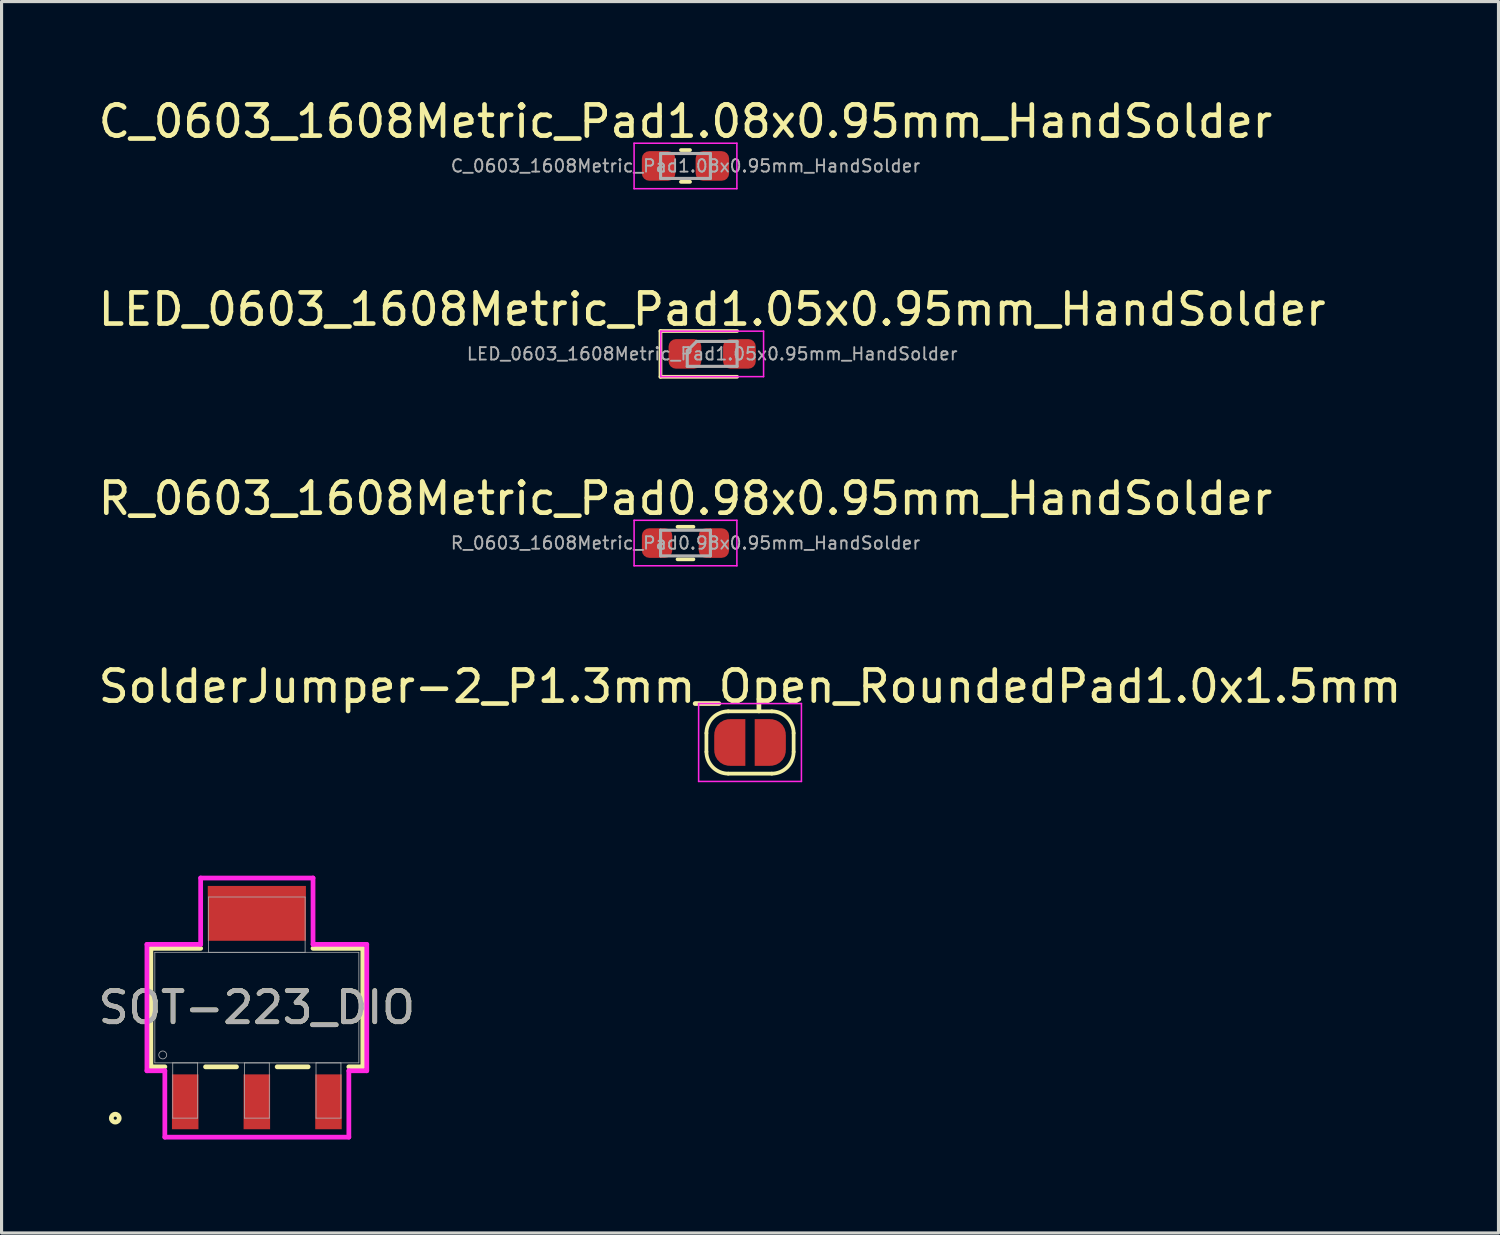
<source format=kicad_pcb>
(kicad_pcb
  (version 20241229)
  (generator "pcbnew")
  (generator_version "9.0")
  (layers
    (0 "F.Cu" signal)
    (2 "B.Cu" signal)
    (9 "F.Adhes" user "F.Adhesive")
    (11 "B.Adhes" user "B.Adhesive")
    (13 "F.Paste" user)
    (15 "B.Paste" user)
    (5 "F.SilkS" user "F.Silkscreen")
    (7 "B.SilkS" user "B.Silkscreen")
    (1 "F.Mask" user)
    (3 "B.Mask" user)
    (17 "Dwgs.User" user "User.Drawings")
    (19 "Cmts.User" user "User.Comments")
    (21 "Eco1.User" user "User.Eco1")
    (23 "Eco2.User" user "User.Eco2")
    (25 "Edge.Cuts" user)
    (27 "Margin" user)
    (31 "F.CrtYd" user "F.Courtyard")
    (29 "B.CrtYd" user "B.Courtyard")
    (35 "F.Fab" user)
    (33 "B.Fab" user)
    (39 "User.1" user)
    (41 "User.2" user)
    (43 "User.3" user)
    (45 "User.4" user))
  (footprint "R_0603_1608Metric_Pad0.98x0.95mm_HandSolder"
    (layer "F.Cu")
    (at 18.958 14.385)
    (property "Reference" "R_0603_1608Metric_Pad0.98x0.95mm_HandSolder" (at 0 -1.43 0) (layer "F.SilkS") (effects (font (size 1 1) (thickness 0.15))))
    (attr smd)
    (fp_line (start -0.255 -0.522) (end 0.255 -0.522) (stroke (width 0.12) (type solid)) (layer "F.SilkS"))
    (fp_line (start -0.255 0.522) (end 0.255 0.522) (stroke (width 0.12) (type solid)) (layer "F.SilkS"))
    (fp_line (start -1.65 -0.73) (end 1.65 -0.73) (stroke (width 0.05) (type solid)) (layer "F.CrtYd"))
    (fp_line (start -1.65 0.73) (end -1.65 -0.73) (stroke (width 0.05) (type solid)) (layer "F.CrtYd"))
    (fp_line (start 1.65 -0.73) (end 1.65 0.73) (stroke (width 0.05) (type solid)) (layer "F.CrtYd"))
    (fp_line (start 1.65 0.73) (end -1.65 0.73) (stroke (width 0.05) (type solid)) (layer "F.CrtYd"))
    (fp_line (start -0.8 -0.412) (end 0.8 -0.412) (stroke (width 0.1) (type solid)) (layer "F.Fab"))
    (fp_line (start -0.8 0.412) (end -0.8 -0.412) (stroke (width 0.1) (type solid)) (layer "F.Fab"))
    (fp_line (start 0.8 -0.412) (end 0.8 0.412) (stroke (width 0.1) (type solid)) (layer "F.Fab"))
    (fp_line (start 0.8 0.412) (end -0.8 0.412) (stroke (width 0.1) (type solid)) (layer "F.Fab"))
    (fp_text user "${REFERENCE}" (at 0 0 0) (layer "F.Fab") (effects (font (size 0.4 0.4) (thickness 0.06))))
    (pad "1" smd roundrect (at -0.912 0) (size 0.975 0.95) (layers "F.Cu" "F.Mask" "F.Paste") (roundrect_rratio 0.25))
    (pad "2" smd roundrect (at 0.912 0) (size 0.975 0.95) (layers "F.Cu" "F.Mask" "F.Paste") (roundrect_rratio 0.25)))
  (footprint "SOT-223_DIO"
    (layer "F.Cu")
    (at 5.196 29.299)
    (property "Reference" "SOT-223_DIO" (at 0 0 0) (unlocked yes) (layer "F.SilkS") (effects (font (size 1 1) (thickness 0.15))))
    (attr smd)
    (fp_line (start -3.402 -1.902) (end -3.402 1.902) (stroke (width 0.152) (type solid)) (layer "F.SilkS"))
    (fp_line (start -3.402 1.902) (end -2.953 1.902) (stroke (width 0.152) (type solid)) (layer "F.SilkS"))
    (fp_line (start -1.803 -1.902) (end -3.402 -1.902) (stroke (width 0.152) (type solid)) (layer "F.SilkS"))
    (fp_line (start -1.647 1.902) (end -0.653 1.902) (stroke (width 0.152) (type solid)) (layer "F.SilkS"))
    (fp_line (start 0.653 1.902) (end 1.647 1.902) (stroke (width 0.152) (type solid)) (layer "F.SilkS"))
    (fp_line (start 2.953 1.902) (end 3.402 1.902) (stroke (width 0.152) (type solid)) (layer "F.SilkS"))
    (fp_line (start 3.402 -1.902) (end 1.803 -1.902) (stroke (width 0.152) (type solid)) (layer "F.SilkS"))
    (fp_line (start 3.402 1.902) (end 3.402 -1.902) (stroke (width 0.152) (type solid)) (layer "F.SilkS"))
    (fp_circle (center -4.545 3.55) (end -4.418 3.55) (stroke (width 0.152) (type solid)) (fill no) (layer "F.SilkS"))
    (fp_line (start -3.529 -2.029) (end -1.804 -2.029) (stroke (width 0.152) (type solid)) (layer "F.CrtYd"))
    (fp_line (start -3.529 2.029) (end -3.529 -2.029) (stroke (width 0.152) (type solid)) (layer "F.CrtYd"))
    (fp_line (start -2.954 2.029) (end -3.529 2.029) (stroke (width 0.152) (type solid)) (layer "F.CrtYd"))
    (fp_line (start -2.954 4.16) (end -2.954 2.029) (stroke (width 0.152) (type solid)) (layer "F.CrtYd"))
    (fp_line (start -1.804 -4.16) (end 1.804 -4.16) (stroke (width 0.152) (type solid)) (layer "F.CrtYd"))
    (fp_line (start -1.804 -2.029) (end -1.804 -4.16) (stroke (width 0.152) (type solid)) (layer "F.CrtYd"))
    (fp_line (start 1.804 -4.16) (end 1.804 -2.029) (stroke (width 0.152) (type solid)) (layer "F.CrtYd"))
    (fp_line (start 1.804 -2.029) (end 3.529 -2.029) (stroke (width 0.152) (type solid)) (layer "F.CrtYd"))
    (fp_line (start 2.954 2.029) (end 2.954 4.16) (stroke (width 0.152) (type solid)) (layer "F.CrtYd"))
    (fp_line (start 2.954 4.16) (end -2.954 4.16) (stroke (width 0.152) (type solid)) (layer "F.CrtYd"))
    (fp_line (start 3.529 -2.029) (end 3.529 2.029) (stroke (width 0.152) (type solid)) (layer "F.CrtYd"))
    (fp_line (start 3.529 2.029) (end 2.954 2.029) (stroke (width 0.152) (type solid)) (layer "F.CrtYd"))
    (fp_line (start -3.275 -1.775) (end -3.275 1.775) (stroke (width 0.025) (type solid)) (layer "F.Fab"))
    (fp_line (start -3.275 1.775) (end 3.275 1.775) (stroke (width 0.025) (type solid)) (layer "F.Fab"))
    (fp_line (start -2.7 1.775) (end -2.7 3.55) (stroke (width 0.025) (type solid)) (layer "F.Fab"))
    (fp_line (start -2.7 3.55) (end -1.9 3.55) (stroke (width 0.025) (type solid)) (layer "F.Fab"))
    (fp_line (start -1.9 1.775) (end -2.7 1.775) (stroke (width 0.025) (type solid)) (layer "F.Fab"))
    (fp_line (start -1.9 3.55) (end -1.9 1.775) (stroke (width 0.025) (type solid)) (layer "F.Fab"))
    (fp_line (start -1.55 -3.55) (end -1.55 -1.775) (stroke (width 0.025) (type solid)) (layer "F.Fab"))
    (fp_line (start -1.55 -1.775) (end 1.55 -1.775) (stroke (width 0.025) (type solid)) (layer "F.Fab"))
    (fp_line (start -0.4 1.775) (end -0.4 3.55) (stroke (width 0.025) (type solid)) (layer "F.Fab"))
    (fp_line (start -0.4 3.55) (end 0.4 3.55) (stroke (width 0.025) (type solid)) (layer "F.Fab"))
    (fp_line (start 0.4 1.775) (end -0.4 1.775) (stroke (width 0.025) (type solid)) (layer "F.Fab"))
    (fp_line (start 0.4 3.55) (end 0.4 1.775) (stroke (width 0.025) (type solid)) (layer "F.Fab"))
    (fp_line (start 1.55 -3.55) (end -1.55 -3.55) (stroke (width 0.025) (type solid)) (layer "F.Fab"))
    (fp_line (start 1.55 -1.775) (end 1.55 -3.55) (stroke (width 0.025) (type solid)) (layer "F.Fab"))
    (fp_line (start 1.9 1.775) (end 1.9 3.55) (stroke (width 0.025) (type solid)) (layer "F.Fab"))
    (fp_line (start 1.9 3.55) (end 2.7 3.55) (stroke (width 0.025) (type solid)) (layer "F.Fab"))
    (fp_line (start 2.7 1.775) (end 1.9 1.775) (stroke (width 0.025) (type solid)) (layer "F.Fab"))
    (fp_line (start 2.7 3.55) (end 2.7 1.775) (stroke (width 0.025) (type solid)) (layer "F.Fab"))
    (fp_line (start 3.275 -1.775) (end -3.275 -1.775) (stroke (width 0.025) (type solid)) (layer "F.Fab"))
    (fp_line (start 3.275 1.775) (end 3.275 -1.775) (stroke (width 0.025) (type solid)) (layer "F.Fab"))
    (fp_circle (center -3.021 1.521) (end -2.894 1.521) (stroke (width 0.025) (type solid)) (fill no) (layer "F.Fab"))
    (fp_text user "${REFERENCE}" (at 0 0 0) (unlocked yes) (layer "F.Fab") (effects (font (size 1 1) (thickness 0.15))))
    (pad "1" smd rect (at -2.3 3.025) (size 0.851 1.761) (layers "F.Cu" "F.Mask" "F.Paste"))
    (pad "2" smd rect (at 0 3.025) (size 0.851 1.761) (layers "F.Cu" "F.Mask" "F.Paste"))
    (pad "3" smd rect (at 2.3 3.025) (size 0.851 1.761) (layers "F.Cu" "F.Mask" "F.Paste"))
    (pad "4" smd rect (at 0 -3.025) (size 3.151 1.761) (layers "F.Cu" "F.Mask" "F.Paste")))
  (footprint "LED_0603_1608Metric_Pad1.05x0.95mm_HandSolder"
    (layer "F.Cu")
    (at 19.815 8.312)
    (property "Reference" "LED_0603_1608Metric_Pad1.05x0.95mm_HandSolder" (at 0 -1.43 0) (layer "F.SilkS") (effects (font (size 1 1) (thickness 0.15))))
    (attr smd)
    (fp_line (start -1.66 -0.735) (end -1.66 0.735) (stroke (width 0.12) (type solid)) (layer "F.SilkS"))
    (fp_line (start -1.66 0.735) (end 0.8 0.735) (stroke (width 0.12) (type solid)) (layer "F.SilkS"))
    (fp_line (start 0.8 -0.735) (end -1.66 -0.735) (stroke (width 0.12) (type solid)) (layer "F.SilkS"))
    (fp_line (start -1.65 -0.73) (end 1.65 -0.73) (stroke (width 0.05) (type solid)) (layer "F.CrtYd"))
    (fp_line (start -1.65 0.73) (end -1.65 -0.73) (stroke (width 0.05) (type solid)) (layer "F.CrtYd"))
    (fp_line (start 1.65 -0.73) (end 1.65 0.73) (stroke (width 0.05) (type solid)) (layer "F.CrtYd"))
    (fp_line (start 1.65 0.73) (end -1.65 0.73) (stroke (width 0.05) (type solid)) (layer "F.CrtYd"))
    (fp_line (start -0.8 -0.1) (end -0.8 0.4) (stroke (width 0.1) (type solid)) (layer "F.Fab"))
    (fp_line (start -0.8 0.4) (end 0.8 0.4) (stroke (width 0.1) (type solid)) (layer "F.Fab"))
    (fp_line (start -0.5 -0.4) (end -0.8 -0.1) (stroke (width 0.1) (type solid)) (layer "F.Fab"))
    (fp_line (start 0.8 -0.4) (end -0.5 -0.4) (stroke (width 0.1) (type solid)) (layer "F.Fab"))
    (fp_line (start 0.8 0.4) (end 0.8 -0.4) (stroke (width 0.1) (type solid)) (layer "F.Fab"))
    (fp_text user "${REFERENCE}" (at 0 0 0) (layer "F.Fab") (effects (font (size 0.4 0.4) (thickness 0.06))))
    (pad "1" smd roundrect (at -0.875 0) (size 1.05 0.95) (layers "F.Cu" "F.Mask" "F.Paste") (roundrect_rratio 0.25))
    (pad "2" smd roundrect (at 0.875 0) (size 1.05 0.95) (layers "F.Cu" "F.Mask" "F.Paste") (roundrect_rratio 0.25)))
  (footprint "C_0603_1608Metric_Pad1.08x0.95mm_HandSolder"
    (layer "F.Cu")
    (at 18.958 2.278)
    (property "Reference" "C_0603_1608Metric_Pad1.08x0.95mm_HandSolder" (at 0 -1.43 0) (layer "F.SilkS") (effects (font (size 1 1) (thickness 0.15))))
    (attr smd)
    (fp_line (start -0.146 -0.51) (end 0.146 -0.51) (stroke (width 0.12) (type solid)) (layer "F.SilkS"))
    (fp_line (start -0.146 0.51) (end 0.146 0.51) (stroke (width 0.12) (type solid)) (layer "F.SilkS"))
    (fp_line (start -1.65 -0.73) (end 1.65 -0.73) (stroke (width 0.05) (type solid)) (layer "F.CrtYd"))
    (fp_line (start -1.65 0.73) (end -1.65 -0.73) (stroke (width 0.05) (type solid)) (layer "F.CrtYd"))
    (fp_line (start 1.65 -0.73) (end 1.65 0.73) (stroke (width 0.05) (type solid)) (layer "F.CrtYd"))
    (fp_line (start 1.65 0.73) (end -1.65 0.73) (stroke (width 0.05) (type solid)) (layer "F.CrtYd"))
    (fp_line (start -0.8 -0.4) (end 0.8 -0.4) (stroke (width 0.1) (type solid)) (layer "F.Fab"))
    (fp_line (start -0.8 0.4) (end -0.8 -0.4) (stroke (width 0.1) (type solid)) (layer "F.Fab"))
    (fp_line (start 0.8 -0.4) (end 0.8 0.4) (stroke (width 0.1) (type solid)) (layer "F.Fab"))
    (fp_line (start 0.8 0.4) (end -0.8 0.4) (stroke (width 0.1) (type solid)) (layer "F.Fab"))
    (fp_text user "${REFERENCE}" (at 0 0 0) (layer "F.Fab") (effects (font (size 0.4 0.4) (thickness 0.06))))
    (pad "1" smd roundrect (at -0.863 0) (size 1.075 0.95) (layers "F.Cu" "F.Mask" "F.Paste") (roundrect_rratio 0.25))
    (pad "2" smd roundrect (at 0.863 0) (size 1.075 0.95) (layers "F.Cu" "F.Mask" "F.Paste") (roundrect_rratio 0.25)))
  (footprint "SolderJumper-2_P1.3mm_Open_RoundedPad1.0x1.5mm"
    (layer "F.Cu")
    (at 21.03 20.788)
    (property "Reference" "SolderJumper-2_P1.3mm_Open_RoundedPad1.0x1.5mm" (at 0 -1.8 0) (layer "F.SilkS") (effects (font (size 1 1) (thickness 0.15))))
    (attr exclude_from_pos_files allow_soldermask_bridges)
    (fp_rect (start -0.15 -0.75) (end 0.15 0.75) (stroke (width 0) (type default)) (fill yes) (layer "F.Mask"))
    (fp_line (start -1.4 0.3) (end -1.4 -0.3) (stroke (width 0.12) (type solid)) (layer "F.SilkS"))
    (fp_line (start -0.7 -1) (end 0.7 -1) (stroke (width 0.12) (type solid)) (layer "F.SilkS"))
    (fp_line (start 0.7 1) (end -0.7 1) (stroke (width 0.12) (type solid)) (layer "F.SilkS"))
    (fp_line (start 1.4 -0.3) (end 1.4 0.3) (stroke (width 0.12) (type solid)) (layer "F.SilkS"))
    (fp_arc (start -1.4 -0.3) (mid -1.194975 -0.794975) (end -0.7 -1) (stroke (width 0.12) (type solid)) (layer "F.SilkS"))
    (fp_arc (start -0.7 1) (mid -1.194975 0.794975) (end -1.4 0.3) (stroke (width 0.12) (type solid)) (layer "F.SilkS"))
    (fp_arc (start 0.7 -1) (mid 1.194975 -0.794975) (end 1.4 -0.3) (stroke (width 0.12) (type solid)) (layer "F.SilkS"))
    (fp_arc (start 1.4 0.3) (mid 1.194975 0.794975) (end 0.7 1) (stroke (width 0.12) (type solid)) (layer "F.SilkS"))
    (fp_line (start -1.65 -1.25) (end -1.65 1.25) (stroke (width 0.05) (type solid)) (layer "F.CrtYd"))
    (fp_line (start -1.65 -1.25) (end 1.65 -1.25) (stroke (width 0.05) (type solid)) (layer "F.CrtYd"))
    (fp_line (start 1.65 1.25) (end -1.65 1.25) (stroke (width 0.05) (type solid)) (layer "F.CrtYd"))
    (fp_line (start 1.65 1.25) (end 1.65 -1.25) (stroke (width 0.05) (type solid)) (layer "F.CrtYd"))
    (pad "1" smd custom (at -0.65 0) (size 1 0.5) (layers "F.Cu" "F.Mask") (options (anchor rect)) (primitives (gr_circle (center 0 0.25) (end 0.5 0.25) (width 0) (fill yes)) (gr_circle (center 0 -0.25) (end 0.5 -0.25) (width 0) (fill yes)) (gr_poly (pts (xy 0.5 0.75) (xy 0 0.75) (xy 0 -0.75) (xy 0.5 -0.75)) (width 0) (fill yes))))
    (pad "2" smd custom (at 0.65 0) (size 1 0.5) (layers "F.Cu" "F.Mask") (options (anchor rect)) (primitives (gr_circle (center 0 0.25) (end 0.5 0.25) (width 0) (fill yes)) (gr_circle (center 0 -0.25) (end 0.5 -0.25) (width 0) (fill yes)) (gr_poly (pts (xy 0 0.75) (xy -0.5 0.75) (xy -0.5 -0.75) (xy 0 -0.75)) (width 0) (fill yes)))))
  (gr_rect
    (start -3 -3)
    (end 45.06 36.535)
    (stroke (width 0.1) (type default))
    (fill no)
    (layer "Edge.Cuts")))
</source>
